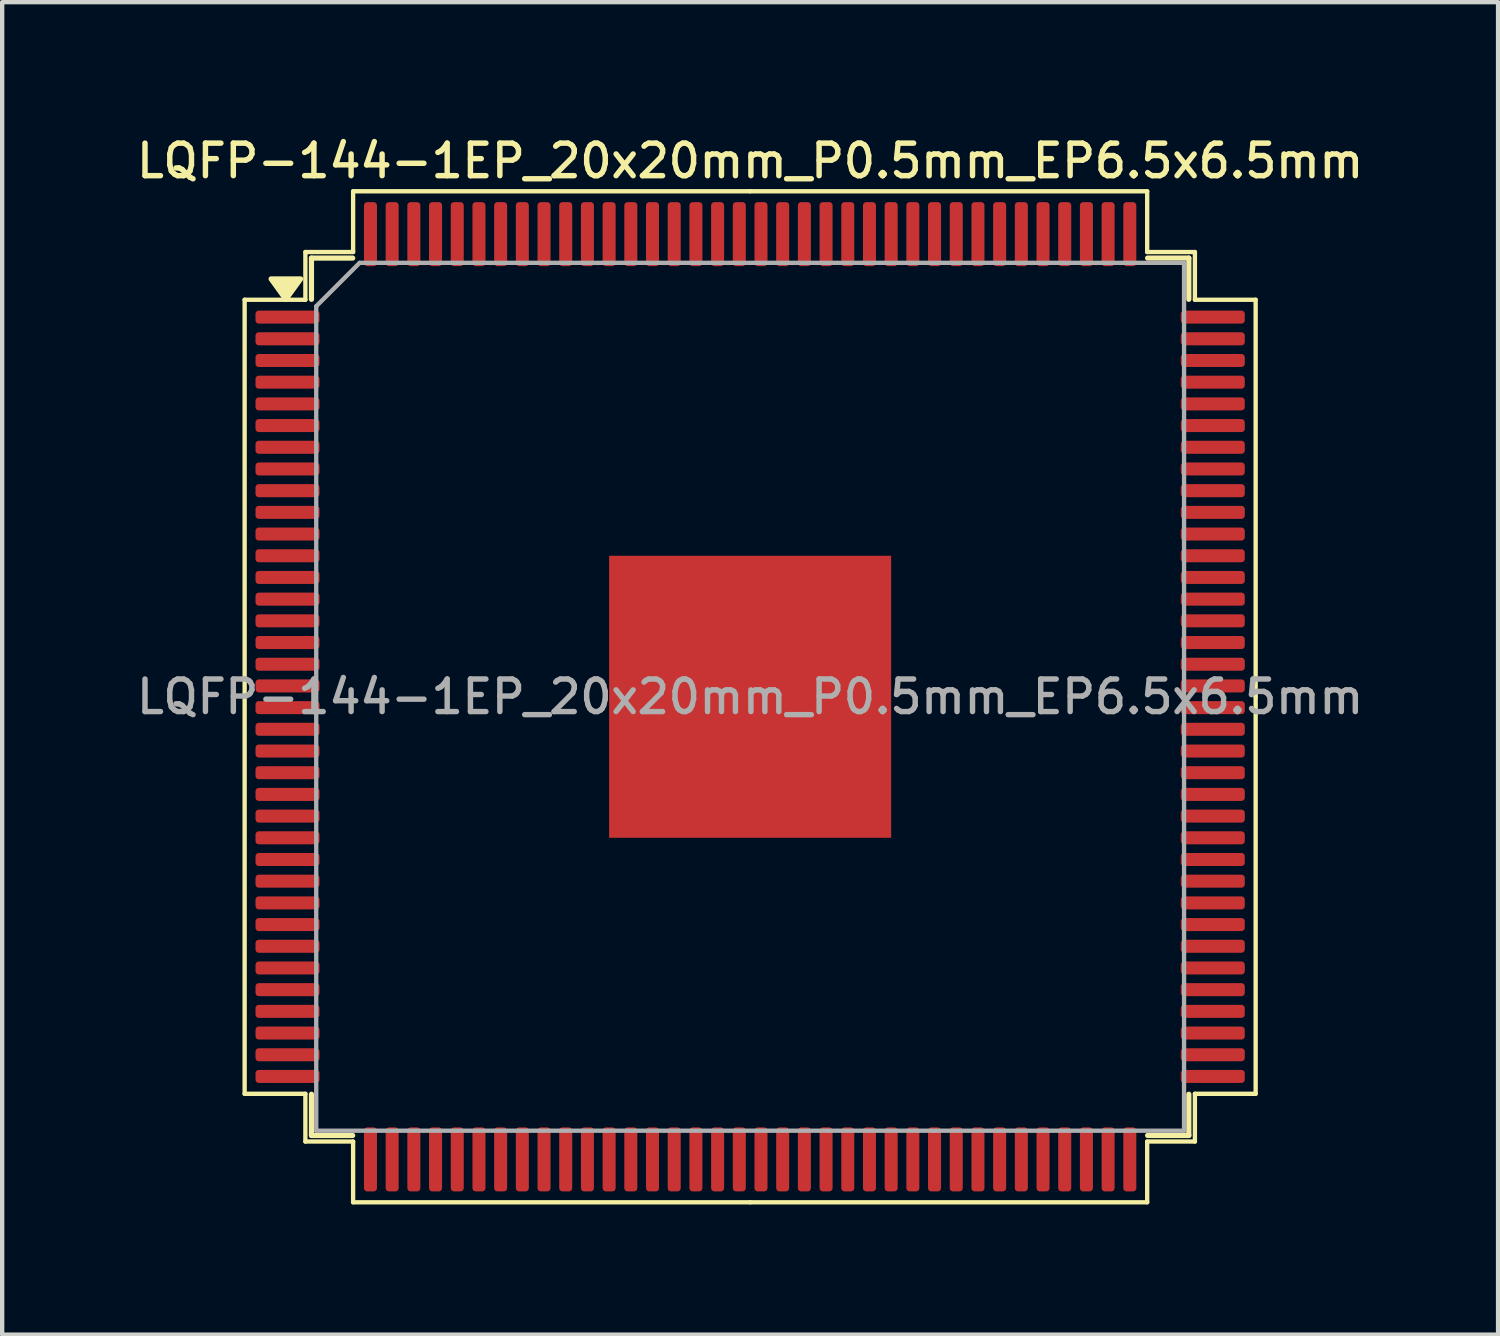
<source format=kicad_pcb>
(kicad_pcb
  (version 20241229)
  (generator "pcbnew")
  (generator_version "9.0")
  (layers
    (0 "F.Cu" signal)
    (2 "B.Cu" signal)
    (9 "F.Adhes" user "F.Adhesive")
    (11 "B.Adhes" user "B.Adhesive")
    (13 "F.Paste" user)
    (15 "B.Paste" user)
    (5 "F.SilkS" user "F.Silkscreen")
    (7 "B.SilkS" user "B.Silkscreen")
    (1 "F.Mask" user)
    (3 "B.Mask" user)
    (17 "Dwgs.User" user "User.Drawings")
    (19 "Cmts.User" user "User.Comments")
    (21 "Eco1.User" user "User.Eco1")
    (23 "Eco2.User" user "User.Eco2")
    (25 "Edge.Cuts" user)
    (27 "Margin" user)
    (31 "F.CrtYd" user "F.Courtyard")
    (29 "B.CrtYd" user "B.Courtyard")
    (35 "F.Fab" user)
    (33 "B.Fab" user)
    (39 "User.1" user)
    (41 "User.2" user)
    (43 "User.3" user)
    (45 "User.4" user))
  (footprint "LQFP-144-1EP_20x20mm_P0.5mm_EP6.5x6.5mm"
    (layer "F.Cu")
    (at 14.238 13.008)
    (property "Reference" "LQFP-144-1EP_20x20mm_P0.5mm_EP6.5x6.5mm" (at 0 -12.35 0) (layer "F.SilkS") (effects (font (size 0.75 0.75) (thickness 0.125))))
    (attr smd)
    (fp_line (start -11.65 -9.15) (end -11.65 0) (stroke (width 0.1) (type solid)) (layer "F.SilkS"))
    (fp_line (start -11.65 9.15) (end -11.65 0) (stroke (width 0.1) (type solid)) (layer "F.SilkS"))
    (fp_line (start -10.25 -10.25) (end -10.25 -9.15) (stroke (width 0.1) (type solid)) (layer "F.SilkS"))
    (fp_line (start -10.25 -9.15) (end -11.65 -9.15) (stroke (width 0.1) (type solid)) (layer "F.SilkS"))
    (fp_line (start -10.25 9.15) (end -11.65 9.15) (stroke (width 0.1) (type solid)) (layer "F.SilkS"))
    (fp_line (start -10.25 10.25) (end -10.25 9.15) (stroke (width 0.1) (type solid)) (layer "F.SilkS"))
    (fp_line (start -10.11 -10.11) (end -10.11 -9.16) (stroke (width 0.12) (type solid)) (layer "F.SilkS"))
    (fp_line (start -10.11 10.11) (end -10.11 9.16) (stroke (width 0.12) (type solid)) (layer "F.SilkS"))
    (fp_line (start -9.16 -10.11) (end -10.11 -10.11) (stroke (width 0.12) (type solid)) (layer "F.SilkS"))
    (fp_line (start -9.16 10.11) (end -10.11 10.11) (stroke (width 0.12) (type solid)) (layer "F.SilkS"))
    (fp_line (start -9.15 -11.65) (end -9.15 -10.25) (stroke (width 0.1) (type solid)) (layer "F.SilkS"))
    (fp_line (start -9.15 -10.25) (end -10.25 -10.25) (stroke (width 0.1) (type solid)) (layer "F.SilkS"))
    (fp_line (start -9.15 10.25) (end -10.25 10.25) (stroke (width 0.1) (type solid)) (layer "F.SilkS"))
    (fp_line (start -9.15 11.65) (end -9.15 10.25) (stroke (width 0.1) (type solid)) (layer "F.SilkS"))
    (fp_line (start 0 -11.65) (end -9.15 -11.65) (stroke (width 0.1) (type solid)) (layer "F.SilkS"))
    (fp_line (start 0 -11.65) (end 9.15 -11.65) (stroke (width 0.1) (type solid)) (layer "F.SilkS"))
    (fp_line (start 0 11.65) (end -9.15 11.65) (stroke (width 0.1) (type solid)) (layer "F.SilkS"))
    (fp_line (start 0 11.65) (end 9.15 11.65) (stroke (width 0.1) (type solid)) (layer "F.SilkS"))
    (fp_line (start 9.15 -11.65) (end 9.15 -10.25) (stroke (width 0.1) (type solid)) (layer "F.SilkS"))
    (fp_line (start 9.15 -10.25) (end 10.25 -10.25) (stroke (width 0.1) (type solid)) (layer "F.SilkS"))
    (fp_line (start 9.15 10.25) (end 10.25 10.25) (stroke (width 0.1) (type solid)) (layer "F.SilkS"))
    (fp_line (start 9.15 11.65) (end 9.15 10.25) (stroke (width 0.1) (type solid)) (layer "F.SilkS"))
    (fp_line (start 9.16 -10.11) (end 10.11 -10.11) (stroke (width 0.12) (type solid)) (layer "F.SilkS"))
    (fp_line (start 9.16 10.11) (end 10.11 10.11) (stroke (width 0.12) (type solid)) (layer "F.SilkS"))
    (fp_line (start 10.11 -10.11) (end 10.11 -9.16) (stroke (width 0.12) (type solid)) (layer "F.SilkS"))
    (fp_line (start 10.11 10.11) (end 10.11 9.16) (stroke (width 0.12) (type solid)) (layer "F.SilkS"))
    (fp_line (start 10.25 -10.25) (end 10.25 -9.15) (stroke (width 0.1) (type solid)) (layer "F.SilkS"))
    (fp_line (start 10.25 -9.15) (end 11.65 -9.15) (stroke (width 0.1) (type solid)) (layer "F.SilkS"))
    (fp_line (start 10.25 9.15) (end 11.65 9.15) (stroke (width 0.1) (type solid)) (layer "F.SilkS"))
    (fp_line (start 10.25 10.25) (end 10.25 9.15) (stroke (width 0.1) (type solid)) (layer "F.SilkS"))
    (fp_line (start 11.65 -9.15) (end 11.65 0) (stroke (width 0.1) (type solid)) (layer "F.SilkS"))
    (fp_line (start 11.65 9.15) (end 11.65 0) (stroke (width 0.1) (type solid)) (layer "F.SilkS"))
    (fp_poly (pts (xy -10.7 -9.16) (xy -11.04 -9.63) (xy -10.36 -9.63) (xy -10.7 -9.16)) (stroke (width 0.12) (type solid)) (fill yes) (layer "F.SilkS"))
    (fp_line (start -10 -9) (end -9 -10) (stroke (width 0.1) (type solid)) (layer "F.Fab"))
    (fp_line (start -10 10) (end -10 -9) (stroke (width 0.1) (type solid)) (layer "F.Fab"))
    (fp_line (start -9 -10) (end 10 -10) (stroke (width 0.1) (type solid)) (layer "F.Fab"))
    (fp_line (start 10 -10) (end 10 10) (stroke (width 0.1) (type solid)) (layer "F.Fab"))
    (fp_line (start 10 10) (end -10 10) (stroke (width 0.1) (type solid)) (layer "F.Fab"))
    (fp_text user "${REFERENCE}" (at 0 0 0) (layer "F.Fab") (effects (font (size 0.75 0.75) (thickness 0.125))))
    (pad "" smd roundrect (at -2.17 -2.17) (size 1.75 1.75) (layers "F.Paste") (roundrect_rratio 0.143))
    (pad "" smd roundrect (at -2.17 0) (size 1.75 1.75) (layers "F.Paste") (roundrect_rratio 0.143))
    (pad "" smd roundrect (at -2.17 2.17) (size 1.75 1.75) (layers "F.Paste") (roundrect_rratio 0.143))
    (pad "" smd roundrect (at 0 -2.17) (size 1.75 1.75) (layers "F.Paste") (roundrect_rratio 0.143))
    (pad "" smd roundrect (at 0 0) (size 1.75 1.75) (layers "F.Paste") (roundrect_rratio 0.143))
    (pad "" smd roundrect (at 0 2.17) (size 1.75 1.75) (layers "F.Paste") (roundrect_rratio 0.143))
    (pad "" smd roundrect (at 2.17 -2.17) (size 1.75 1.75) (layers "F.Paste") (roundrect_rratio 0.143))
    (pad "" smd roundrect (at 2.17 0) (size 1.75 1.75) (layers "F.Paste") (roundrect_rratio 0.143))
    (pad "" smd roundrect (at 2.17 2.17) (size 1.75 1.75) (layers "F.Paste") (roundrect_rratio 0.143))
    (pad "1" smd roundrect (at -10.662 -8.75) (size 1.475 0.3) (layers "F.Cu" "F.Mask" "F.Paste") (roundrect_rratio 0.25))
    (pad "2" smd roundrect (at -10.662 -8.25) (size 1.475 0.3) (layers "F.Cu" "F.Mask" "F.Paste") (roundrect_rratio 0.25))
    (pad "3" smd roundrect (at -10.662 -7.75) (size 1.475 0.3) (layers "F.Cu" "F.Mask" "F.Paste") (roundrect_rratio 0.25))
    (pad "4" smd roundrect (at -10.662 -7.25) (size 1.475 0.3) (layers "F.Cu" "F.Mask" "F.Paste") (roundrect_rratio 0.25))
    (pad "5" smd roundrect (at -10.662 -6.75) (size 1.475 0.3) (layers "F.Cu" "F.Mask" "F.Paste") (roundrect_rratio 0.25))
    (pad "6" smd roundrect (at -10.662 -6.25) (size 1.475 0.3) (layers "F.Cu" "F.Mask" "F.Paste") (roundrect_rratio 0.25))
    (pad "7" smd roundrect (at -10.662 -5.75) (size 1.475 0.3) (layers "F.Cu" "F.Mask" "F.Paste") (roundrect_rratio 0.25))
    (pad "8" smd roundrect (at -10.662 -5.25) (size 1.475 0.3) (layers "F.Cu" "F.Mask" "F.Paste") (roundrect_rratio 0.25))
    (pad "9" smd roundrect (at -10.662 -4.75) (size 1.475 0.3) (layers "F.Cu" "F.Mask" "F.Paste") (roundrect_rratio 0.25))
    (pad "10" smd roundrect (at -10.662 -4.25) (size 1.475 0.3) (layers "F.Cu" "F.Mask" "F.Paste") (roundrect_rratio 0.25))
    (pad "11" smd roundrect (at -10.662 -3.75) (size 1.475 0.3) (layers "F.Cu" "F.Mask" "F.Paste") (roundrect_rratio 0.25))
    (pad "12" smd roundrect (at -10.662 -3.25) (size 1.475 0.3) (layers "F.Cu" "F.Mask" "F.Paste") (roundrect_rratio 0.25))
    (pad "13" smd roundrect (at -10.662 -2.75) (size 1.475 0.3) (layers "F.Cu" "F.Mask" "F.Paste") (roundrect_rratio 0.25))
    (pad "14" smd roundrect (at -10.662 -2.25) (size 1.475 0.3) (layers "F.Cu" "F.Mask" "F.Paste") (roundrect_rratio 0.25))
    (pad "15" smd roundrect (at -10.662 -1.75) (size 1.475 0.3) (layers "F.Cu" "F.Mask" "F.Paste") (roundrect_rratio 0.25))
    (pad "16" smd roundrect (at -10.662 -1.25) (size 1.475 0.3) (layers "F.Cu" "F.Mask" "F.Paste") (roundrect_rratio 0.25))
    (pad "17" smd roundrect (at -10.662 -0.75) (size 1.475 0.3) (layers "F.Cu" "F.Mask" "F.Paste") (roundrect_rratio 0.25))
    (pad "18" smd roundrect (at -10.662 -0.25) (size 1.475 0.3) (layers "F.Cu" "F.Mask" "F.Paste") (roundrect_rratio 0.25))
    (pad "19" smd roundrect (at -10.662 0.25) (size 1.475 0.3) (layers "F.Cu" "F.Mask" "F.Paste") (roundrect_rratio 0.25))
    (pad "20" smd roundrect (at -10.662 0.75) (size 1.475 0.3) (layers "F.Cu" "F.Mask" "F.Paste") (roundrect_rratio 0.25))
    (pad "21" smd roundrect (at -10.662 1.25) (size 1.475 0.3) (layers "F.Cu" "F.Mask" "F.Paste") (roundrect_rratio 0.25))
    (pad "22" smd roundrect (at -10.662 1.75) (size 1.475 0.3) (layers "F.Cu" "F.Mask" "F.Paste") (roundrect_rratio 0.25))
    (pad "23" smd roundrect (at -10.662 2.25) (size 1.475 0.3) (layers "F.Cu" "F.Mask" "F.Paste") (roundrect_rratio 0.25))
    (pad "24" smd roundrect (at -10.662 2.75) (size 1.475 0.3) (layers "F.Cu" "F.Mask" "F.Paste") (roundrect_rratio 0.25))
    (pad "25" smd roundrect (at -10.662 3.25) (size 1.475 0.3) (layers "F.Cu" "F.Mask" "F.Paste") (roundrect_rratio 0.25))
    (pad "26" smd roundrect (at -10.662 3.75) (size 1.475 0.3) (layers "F.Cu" "F.Mask" "F.Paste") (roundrect_rratio 0.25))
    (pad "27" smd roundrect (at -10.662 4.25) (size 1.475 0.3) (layers "F.Cu" "F.Mask" "F.Paste") (roundrect_rratio 0.25))
    (pad "28" smd roundrect (at -10.662 4.75) (size 1.475 0.3) (layers "F.Cu" "F.Mask" "F.Paste") (roundrect_rratio 0.25))
    (pad "29" smd roundrect (at -10.662 5.25) (size 1.475 0.3) (layers "F.Cu" "F.Mask" "F.Paste") (roundrect_rratio 0.25))
    (pad "30" smd roundrect (at -10.662 5.75) (size 1.475 0.3) (layers "F.Cu" "F.Mask" "F.Paste") (roundrect_rratio 0.25))
    (pad "31" smd roundrect (at -10.662 6.25) (size 1.475 0.3) (layers "F.Cu" "F.Mask" "F.Paste") (roundrect_rratio 0.25))
    (pad "32" smd roundrect (at -10.662 6.75) (size 1.475 0.3) (layers "F.Cu" "F.Mask" "F.Paste") (roundrect_rratio 0.25))
    (pad "33" smd roundrect (at -10.662 7.25) (size 1.475 0.3) (layers "F.Cu" "F.Mask" "F.Paste") (roundrect_rratio 0.25))
    (pad "34" smd roundrect (at -10.662 7.75) (size 1.475 0.3) (layers "F.Cu" "F.Mask" "F.Paste") (roundrect_rratio 0.25))
    (pad "35" smd roundrect (at -10.662 8.25) (size 1.475 0.3) (layers "F.Cu" "F.Mask" "F.Paste") (roundrect_rratio 0.25))
    (pad "36" smd roundrect (at -10.662 8.75) (size 1.475 0.3) (layers "F.Cu" "F.Mask" "F.Paste") (roundrect_rratio 0.25))
    (pad "37" smd roundrect (at -8.75 10.662) (size 0.3 1.475) (layers "F.Cu" "F.Mask" "F.Paste") (roundrect_rratio 0.25))
    (pad "38" smd roundrect (at -8.25 10.662) (size 0.3 1.475) (layers "F.Cu" "F.Mask" "F.Paste") (roundrect_rratio 0.25))
    (pad "39" smd roundrect (at -7.75 10.662) (size 0.3 1.475) (layers "F.Cu" "F.Mask" "F.Paste") (roundrect_rratio 0.25))
    (pad "40" smd roundrect (at -7.25 10.662) (size 0.3 1.475) (layers "F.Cu" "F.Mask" "F.Paste") (roundrect_rratio 0.25))
    (pad "41" smd roundrect (at -6.75 10.662) (size 0.3 1.475) (layers "F.Cu" "F.Mask" "F.Paste") (roundrect_rratio 0.25))
    (pad "42" smd roundrect (at -6.25 10.662) (size 0.3 1.475) (layers "F.Cu" "F.Mask" "F.Paste") (roundrect_rratio 0.25))
    (pad "43" smd roundrect (at -5.75 10.662) (size 0.3 1.475) (layers "F.Cu" "F.Mask" "F.Paste") (roundrect_rratio 0.25))
    (pad "44" smd roundrect (at -5.25 10.662) (size 0.3 1.475) (layers "F.Cu" "F.Mask" "F.Paste") (roundrect_rratio 0.25))
    (pad "45" smd roundrect (at -4.75 10.662) (size 0.3 1.475) (layers "F.Cu" "F.Mask" "F.Paste") (roundrect_rratio 0.25))
    (pad "46" smd roundrect (at -4.25 10.662) (size 0.3 1.475) (layers "F.Cu" "F.Mask" "F.Paste") (roundrect_rratio 0.25))
    (pad "47" smd roundrect (at -3.75 10.662) (size 0.3 1.475) (layers "F.Cu" "F.Mask" "F.Paste") (roundrect_rratio 0.25))
    (pad "48" smd roundrect (at -3.25 10.662) (size 0.3 1.475) (layers "F.Cu" "F.Mask" "F.Paste") (roundrect_rratio 0.25))
    (pad "49" smd roundrect (at -2.75 10.662) (size 0.3 1.475) (layers "F.Cu" "F.Mask" "F.Paste") (roundrect_rratio 0.25))
    (pad "50" smd roundrect (at -2.25 10.662) (size 0.3 1.475) (layers "F.Cu" "F.Mask" "F.Paste") (roundrect_rratio 0.25))
    (pad "51" smd roundrect (at -1.75 10.662) (size 0.3 1.475) (layers "F.Cu" "F.Mask" "F.Paste") (roundrect_rratio 0.25))
    (pad "52" smd roundrect (at -1.25 10.662) (size 0.3 1.475) (layers "F.Cu" "F.Mask" "F.Paste") (roundrect_rratio 0.25))
    (pad "53" smd roundrect (at -0.75 10.662) (size 0.3 1.475) (layers "F.Cu" "F.Mask" "F.Paste") (roundrect_rratio 0.25))
    (pad "54" smd roundrect (at -0.25 10.662) (size 0.3 1.475) (layers "F.Cu" "F.Mask" "F.Paste") (roundrect_rratio 0.25))
    (pad "55" smd roundrect (at 0.25 10.662) (size 0.3 1.475) (layers "F.Cu" "F.Mask" "F.Paste") (roundrect_rratio 0.25))
    (pad "56" smd roundrect (at 0.75 10.662) (size 0.3 1.475) (layers "F.Cu" "F.Mask" "F.Paste") (roundrect_rratio 0.25))
    (pad "57" smd roundrect (at 1.25 10.662) (size 0.3 1.475) (layers "F.Cu" "F.Mask" "F.Paste") (roundrect_rratio 0.25))
    (pad "58" smd roundrect (at 1.75 10.662) (size 0.3 1.475) (layers "F.Cu" "F.Mask" "F.Paste") (roundrect_rratio 0.25))
    (pad "59" smd roundrect (at 2.25 10.662) (size 0.3 1.475) (layers "F.Cu" "F.Mask" "F.Paste") (roundrect_rratio 0.25))
    (pad "60" smd roundrect (at 2.75 10.662) (size 0.3 1.475) (layers "F.Cu" "F.Mask" "F.Paste") (roundrect_rratio 0.25))
    (pad "61" smd roundrect (at 3.25 10.662) (size 0.3 1.475) (layers "F.Cu" "F.Mask" "F.Paste") (roundrect_rratio 0.25))
    (pad "62" smd roundrect (at 3.75 10.662) (size 0.3 1.475) (layers "F.Cu" "F.Mask" "F.Paste") (roundrect_rratio 0.25))
    (pad "63" smd roundrect (at 4.25 10.662) (size 0.3 1.475) (layers "F.Cu" "F.Mask" "F.Paste") (roundrect_rratio 0.25))
    (pad "64" smd roundrect (at 4.75 10.662) (size 0.3 1.475) (layers "F.Cu" "F.Mask" "F.Paste") (roundrect_rratio 0.25))
    (pad "65" smd roundrect (at 5.25 10.662) (size 0.3 1.475) (layers "F.Cu" "F.Mask" "F.Paste") (roundrect_rratio 0.25))
    (pad "66" smd roundrect (at 5.75 10.662) (size 0.3 1.475) (layers "F.Cu" "F.Mask" "F.Paste") (roundrect_rratio 0.25))
    (pad "67" smd roundrect (at 6.25 10.662) (size 0.3 1.475) (layers "F.Cu" "F.Mask" "F.Paste") (roundrect_rratio 0.25))
    (pad "68" smd roundrect (at 6.75 10.662) (size 0.3 1.475) (layers "F.Cu" "F.Mask" "F.Paste") (roundrect_rratio 0.25))
    (pad "69" smd roundrect (at 7.25 10.662) (size 0.3 1.475) (layers "F.Cu" "F.Mask" "F.Paste") (roundrect_rratio 0.25))
    (pad "70" smd roundrect (at 7.75 10.662) (size 0.3 1.475) (layers "F.Cu" "F.Mask" "F.Paste") (roundrect_rratio 0.25))
    (pad "71" smd roundrect (at 8.25 10.662) (size 0.3 1.475) (layers "F.Cu" "F.Mask" "F.Paste") (roundrect_rratio 0.25))
    (pad "72" smd roundrect (at 8.75 10.662) (size 0.3 1.475) (layers "F.Cu" "F.Mask" "F.Paste") (roundrect_rratio 0.25))
    (pad "73" smd roundrect (at 10.662 8.75) (size 1.475 0.3) (layers "F.Cu" "F.Mask" "F.Paste") (roundrect_rratio 0.25))
    (pad "74" smd roundrect (at 10.662 8.25) (size 1.475 0.3) (layers "F.Cu" "F.Mask" "F.Paste") (roundrect_rratio 0.25))
    (pad "75" smd roundrect (at 10.662 7.75) (size 1.475 0.3) (layers "F.Cu" "F.Mask" "F.Paste") (roundrect_rratio 0.25))
    (pad "76" smd roundrect (at 10.662 7.25) (size 1.475 0.3) (layers "F.Cu" "F.Mask" "F.Paste") (roundrect_rratio 0.25))
    (pad "77" smd roundrect (at 10.662 6.75) (size 1.475 0.3) (layers "F.Cu" "F.Mask" "F.Paste") (roundrect_rratio 0.25))
    (pad "78" smd roundrect (at 10.662 6.25) (size 1.475 0.3) (layers "F.Cu" "F.Mask" "F.Paste") (roundrect_rratio 0.25))
    (pad "79" smd roundrect (at 10.662 5.75) (size 1.475 0.3) (layers "F.Cu" "F.Mask" "F.Paste") (roundrect_rratio 0.25))
    (pad "80" smd roundrect (at 10.662 5.25) (size 1.475 0.3) (layers "F.Cu" "F.Mask" "F.Paste") (roundrect_rratio 0.25))
    (pad "81" smd roundrect (at 10.662 4.75) (size 1.475 0.3) (layers "F.Cu" "F.Mask" "F.Paste") (roundrect_rratio 0.25))
    (pad "82" smd roundrect (at 10.662 4.25) (size 1.475 0.3) (layers "F.Cu" "F.Mask" "F.Paste") (roundrect_rratio 0.25))
    (pad "83" smd roundrect (at 10.662 3.75) (size 1.475 0.3) (layers "F.Cu" "F.Mask" "F.Paste") (roundrect_rratio 0.25))
    (pad "84" smd roundrect (at 10.662 3.25) (size 1.475 0.3) (layers "F.Cu" "F.Mask" "F.Paste") (roundrect_rratio 0.25))
    (pad "85" smd roundrect (at 10.662 2.75) (size 1.475 0.3) (layers "F.Cu" "F.Mask" "F.Paste") (roundrect_rratio 0.25))
    (pad "86" smd roundrect (at 10.662 2.25) (size 1.475 0.3) (layers "F.Cu" "F.Mask" "F.Paste") (roundrect_rratio 0.25))
    (pad "87" smd roundrect (at 10.662 1.75) (size 1.475 0.3) (layers "F.Cu" "F.Mask" "F.Paste") (roundrect_rratio 0.25))
    (pad "88" smd roundrect (at 10.662 1.25) (size 1.475 0.3) (layers "F.Cu" "F.Mask" "F.Paste") (roundrect_rratio 0.25))
    (pad "89" smd roundrect (at 10.662 0.75) (size 1.475 0.3) (layers "F.Cu" "F.Mask" "F.Paste") (roundrect_rratio 0.25))
    (pad "90" smd roundrect (at 10.662 0.25) (size 1.475 0.3) (layers "F.Cu" "F.Mask" "F.Paste") (roundrect_rratio 0.25))
    (pad "91" smd roundrect (at 10.662 -0.25) (size 1.475 0.3) (layers "F.Cu" "F.Mask" "F.Paste") (roundrect_rratio 0.25))
    (pad "92" smd roundrect (at 10.662 -0.75) (size 1.475 0.3) (layers "F.Cu" "F.Mask" "F.Paste") (roundrect_rratio 0.25))
    (pad "93" smd roundrect (at 10.662 -1.25) (size 1.475 0.3) (layers "F.Cu" "F.Mask" "F.Paste") (roundrect_rratio 0.25))
    (pad "94" smd roundrect (at 10.662 -1.75) (size 1.475 0.3) (layers "F.Cu" "F.Mask" "F.Paste") (roundrect_rratio 0.25))
    (pad "95" smd roundrect (at 10.662 -2.25) (size 1.475 0.3) (layers "F.Cu" "F.Mask" "F.Paste") (roundrect_rratio 0.25))
    (pad "96" smd roundrect (at 10.662 -2.75) (size 1.475 0.3) (layers "F.Cu" "F.Mask" "F.Paste") (roundrect_rratio 0.25))
    (pad "97" smd roundrect (at 10.662 -3.25) (size 1.475 0.3) (layers "F.Cu" "F.Mask" "F.Paste") (roundrect_rratio 0.25))
    (pad "98" smd roundrect (at 10.662 -3.75) (size 1.475 0.3) (layers "F.Cu" "F.Mask" "F.Paste") (roundrect_rratio 0.25))
    (pad "99" smd roundrect (at 10.662 -4.25) (size 1.475 0.3) (layers "F.Cu" "F.Mask" "F.Paste") (roundrect_rratio 0.25))
    (pad "100" smd roundrect (at 10.662 -4.75) (size 1.475 0.3) (layers "F.Cu" "F.Mask" "F.Paste") (roundrect_rratio 0.25))
    (pad "101" smd roundrect (at 10.662 -5.25) (size 1.475 0.3) (layers "F.Cu" "F.Mask" "F.Paste") (roundrect_rratio 0.25))
    (pad "102" smd roundrect (at 10.662 -5.75) (size 1.475 0.3) (layers "F.Cu" "F.Mask" "F.Paste") (roundrect_rratio 0.25))
    (pad "103" smd roundrect (at 10.662 -6.25) (size 1.475 0.3) (layers "F.Cu" "F.Mask" "F.Paste") (roundrect_rratio 0.25))
    (pad "104" smd roundrect (at 10.662 -6.75) (size 1.475 0.3) (layers "F.Cu" "F.Mask" "F.Paste") (roundrect_rratio 0.25))
    (pad "105" smd roundrect (at 10.662 -7.25) (size 1.475 0.3) (layers "F.Cu" "F.Mask" "F.Paste") (roundrect_rratio 0.25))
    (pad "106" smd roundrect (at 10.662 -7.75) (size 1.475 0.3) (layers "F.Cu" "F.Mask" "F.Paste") (roundrect_rratio 0.25))
    (pad "107" smd roundrect (at 10.662 -8.25) (size 1.475 0.3) (layers "F.Cu" "F.Mask" "F.Paste") (roundrect_rratio 0.25))
    (pad "108" smd roundrect (at 10.662 -8.75) (size 1.475 0.3) (layers "F.Cu" "F.Mask" "F.Paste") (roundrect_rratio 0.25))
    (pad "109" smd roundrect (at 8.75 -10.662) (size 0.3 1.475) (layers "F.Cu" "F.Mask" "F.Paste") (roundrect_rratio 0.25))
    (pad "110" smd roundrect (at 8.25 -10.662) (size 0.3 1.475) (layers "F.Cu" "F.Mask" "F.Paste") (roundrect_rratio 0.25))
    (pad "111" smd roundrect (at 7.75 -10.662) (size 0.3 1.475) (layers "F.Cu" "F.Mask" "F.Paste") (roundrect_rratio 0.25))
    (pad "112" smd roundrect (at 7.25 -10.662) (size 0.3 1.475) (layers "F.Cu" "F.Mask" "F.Paste") (roundrect_rratio 0.25))
    (pad "113" smd roundrect (at 6.75 -10.662) (size 0.3 1.475) (layers "F.Cu" "F.Mask" "F.Paste") (roundrect_rratio 0.25))
    (pad "114" smd roundrect (at 6.25 -10.662) (size 0.3 1.475) (layers "F.Cu" "F.Mask" "F.Paste") (roundrect_rratio 0.25))
    (pad "115" smd roundrect (at 5.75 -10.662) (size 0.3 1.475) (layers "F.Cu" "F.Mask" "F.Paste") (roundrect_rratio 0.25))
    (pad "116" smd roundrect (at 5.25 -10.662) (size 0.3 1.475) (layers "F.Cu" "F.Mask" "F.Paste") (roundrect_rratio 0.25))
    (pad "117" smd roundrect (at 4.75 -10.662) (size 0.3 1.475) (layers "F.Cu" "F.Mask" "F.Paste") (roundrect_rratio 0.25))
    (pad "118" smd roundrect (at 4.25 -10.662) (size 0.3 1.475) (layers "F.Cu" "F.Mask" "F.Paste") (roundrect_rratio 0.25))
    (pad "119" smd roundrect (at 3.75 -10.662) (size 0.3 1.475) (layers "F.Cu" "F.Mask" "F.Paste") (roundrect_rratio 0.25))
    (pad "120" smd roundrect (at 3.25 -10.662) (size 0.3 1.475) (layers "F.Cu" "F.Mask" "F.Paste") (roundrect_rratio 0.25))
    (pad "121" smd roundrect (at 2.75 -10.662) (size 0.3 1.475) (layers "F.Cu" "F.Mask" "F.Paste") (roundrect_rratio 0.25))
    (pad "122" smd roundrect (at 2.25 -10.662) (size 0.3 1.475) (layers "F.Cu" "F.Mask" "F.Paste") (roundrect_rratio 0.25))
    (pad "123" smd roundrect (at 1.75 -10.662) (size 0.3 1.475) (layers "F.Cu" "F.Mask" "F.Paste") (roundrect_rratio 0.25))
    (pad "124" smd roundrect (at 1.25 -10.662) (size 0.3 1.475) (layers "F.Cu" "F.Mask" "F.Paste") (roundrect_rratio 0.25))
    (pad "125" smd roundrect (at 0.75 -10.662) (size 0.3 1.475) (layers "F.Cu" "F.Mask" "F.Paste") (roundrect_rratio 0.25))
    (pad "126" smd roundrect (at 0.25 -10.662) (size 0.3 1.475) (layers "F.Cu" "F.Mask" "F.Paste") (roundrect_rratio 0.25))
    (pad "127" smd roundrect (at -0.25 -10.662) (size 0.3 1.475) (layers "F.Cu" "F.Mask" "F.Paste") (roundrect_rratio 0.25))
    (pad "128" smd roundrect (at -0.75 -10.662) (size 0.3 1.475) (layers "F.Cu" "F.Mask" "F.Paste") (roundrect_rratio 0.25))
    (pad "129" smd roundrect (at -1.25 -10.662) (size 0.3 1.475) (layers "F.Cu" "F.Mask" "F.Paste") (roundrect_rratio 0.25))
    (pad "130" smd roundrect (at -1.75 -10.662) (size 0.3 1.475) (layers "F.Cu" "F.Mask" "F.Paste") (roundrect_rratio 0.25))
    (pad "131" smd roundrect (at -2.25 -10.662) (size 0.3 1.475) (layers "F.Cu" "F.Mask" "F.Paste") (roundrect_rratio 0.25))
    (pad "132" smd roundrect (at -2.75 -10.662) (size 0.3 1.475) (layers "F.Cu" "F.Mask" "F.Paste") (roundrect_rratio 0.25))
    (pad "133" smd roundrect (at -3.25 -10.662) (size 0.3 1.475) (layers "F.Cu" "F.Mask" "F.Paste") (roundrect_rratio 0.25))
    (pad "134" smd roundrect (at -3.75 -10.662) (size 0.3 1.475) (layers "F.Cu" "F.Mask" "F.Paste") (roundrect_rratio 0.25))
    (pad "135" smd roundrect (at -4.25 -10.662) (size 0.3 1.475) (layers "F.Cu" "F.Mask" "F.Paste") (roundrect_rratio 0.25))
    (pad "136" smd roundrect (at -4.75 -10.662) (size 0.3 1.475) (layers "F.Cu" "F.Mask" "F.Paste") (roundrect_rratio 0.25))
    (pad "137" smd roundrect (at -5.25 -10.662) (size 0.3 1.475) (layers "F.Cu" "F.Mask" "F.Paste") (roundrect_rratio 0.25))
    (pad "138" smd roundrect (at -5.75 -10.662) (size 0.3 1.475) (layers "F.Cu" "F.Mask" "F.Paste") (roundrect_rratio 0.25))
    (pad "139" smd roundrect (at -6.25 -10.662) (size 0.3 1.475) (layers "F.Cu" "F.Mask" "F.Paste") (roundrect_rratio 0.25))
    (pad "140" smd roundrect (at -6.75 -10.662) (size 0.3 1.475) (layers "F.Cu" "F.Mask" "F.Paste") (roundrect_rratio 0.25))
    (pad "141" smd roundrect (at -7.25 -10.662) (size 0.3 1.475) (layers "F.Cu" "F.Mask" "F.Paste") (roundrect_rratio 0.25))
    (pad "142" smd roundrect (at -7.75 -10.662) (size 0.3 1.475) (layers "F.Cu" "F.Mask" "F.Paste") (roundrect_rratio 0.25))
    (pad "143" smd roundrect (at -8.25 -10.662) (size 0.3 1.475) (layers "F.Cu" "F.Mask" "F.Paste") (roundrect_rratio 0.25))
    (pad "144" smd roundrect (at -8.75 -10.662) (size 0.3 1.475) (layers "F.Cu" "F.Mask" "F.Paste") (roundrect_rratio 0.25))
    (pad "145" smd rect (at 0 0) (size 6.5 6.5) (property pad_prop_heatsink) (layers "F.Cu" "F.Mask")))
  (gr_rect
    (start -3 -3)
    (end 31.475 27.708)
    (stroke (width 0.1) (type default))
    (fill no)
    (layer "Edge.Cuts")))
</source>
